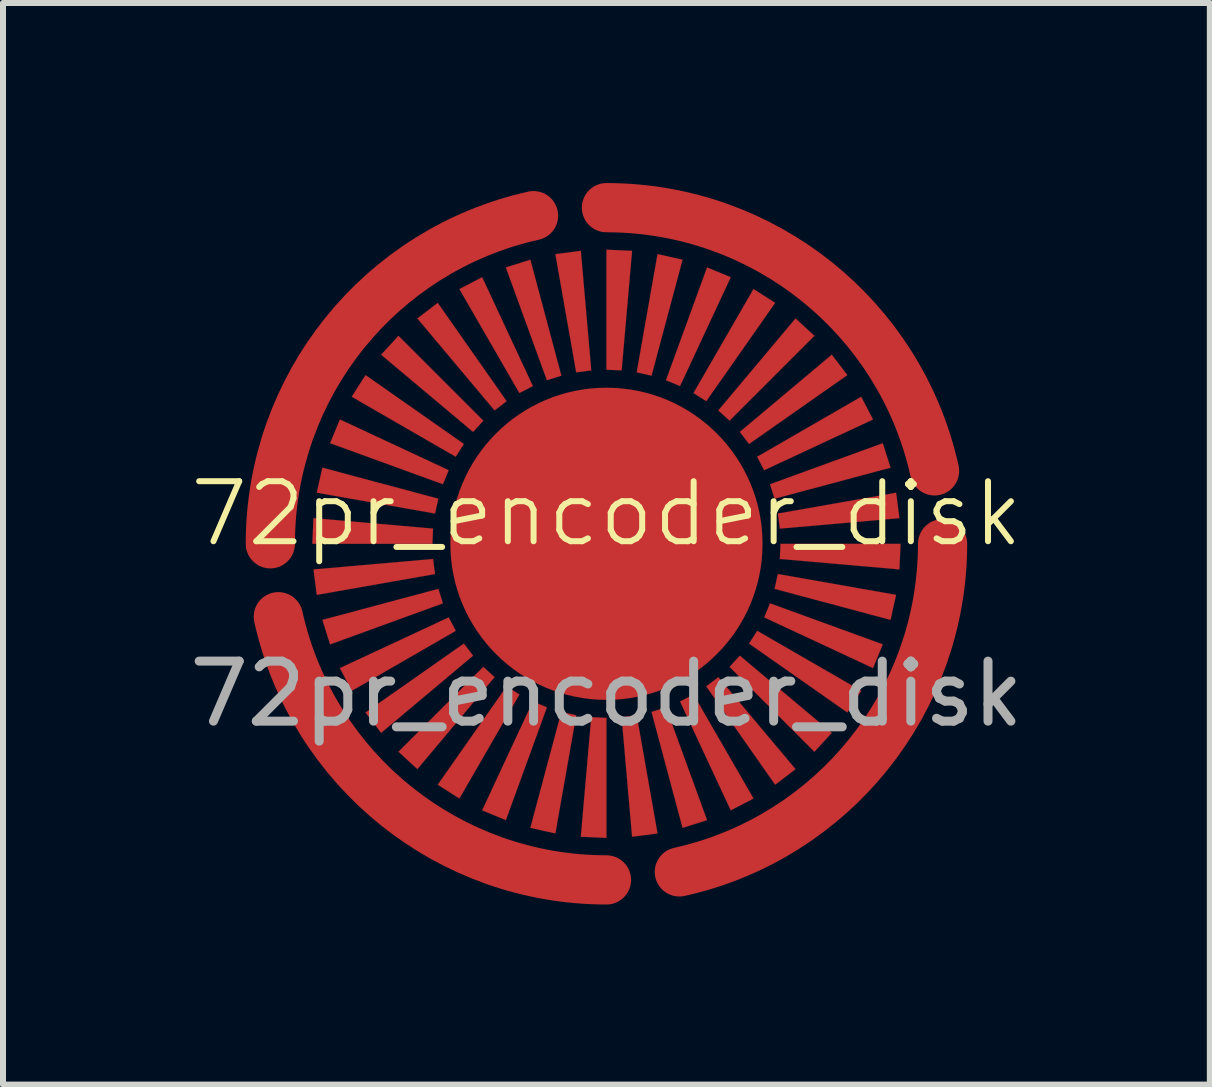
<source format=kicad_pcb>
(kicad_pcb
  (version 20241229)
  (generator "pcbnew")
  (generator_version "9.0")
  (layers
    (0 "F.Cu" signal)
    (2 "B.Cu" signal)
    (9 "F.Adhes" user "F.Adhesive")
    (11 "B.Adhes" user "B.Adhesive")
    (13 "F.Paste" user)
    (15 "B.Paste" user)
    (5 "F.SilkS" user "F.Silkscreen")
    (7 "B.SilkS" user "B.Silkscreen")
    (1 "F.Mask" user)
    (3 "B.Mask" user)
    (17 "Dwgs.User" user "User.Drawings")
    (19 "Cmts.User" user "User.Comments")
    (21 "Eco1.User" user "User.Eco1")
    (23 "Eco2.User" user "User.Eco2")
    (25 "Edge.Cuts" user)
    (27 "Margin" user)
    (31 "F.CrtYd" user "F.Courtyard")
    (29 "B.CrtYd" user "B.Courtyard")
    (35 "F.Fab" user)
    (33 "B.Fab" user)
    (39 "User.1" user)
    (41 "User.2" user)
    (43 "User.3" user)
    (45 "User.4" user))
  (footprint "72pr_encoder_disk"
    (layer "F.Cu")
    (at 7.054 6.01)
    (property "Reference" "72pr_encoder_disk" (at 0 -0.5 0) (unlocked yes) (layer "F.SilkS") (effects (font (size 1 1) (thickness 0.1))))
    (attr smd)
    (fp_line (start -4.9 0) (end -2.9 0) (stroke (width 0.001) (type solid)) (layer "F.Cu"))
    (fp_line (start -4.881 -0.427) (end -4.9 0) (stroke (width 0.001) (type solid)) (layer "F.Cu"))
    (fp_line (start -4.881 0.427) (end -4.826 0.851) (stroke (width 0.001) (type solid)) (layer "F.Cu"))
    (fp_line (start -4.826 -0.851) (end -2.856 -0.504) (stroke (width 0.001) (type solid)) (layer "F.Cu"))
    (fp_line (start -4.826 0.851) (end -2.856 0.504) (stroke (width 0.001) (type solid)) (layer "F.Cu"))
    (fp_line (start -4.733 -1.268) (end -4.826 -0.851) (stroke (width 0.001) (type solid)) (layer "F.Cu"))
    (fp_line (start -4.733 1.268) (end -4.604 1.676) (stroke (width 0.001) (type solid)) (layer "F.Cu"))
    (fp_line (start -4.604 -1.676) (end -2.725 -0.992) (stroke (width 0.001) (type solid)) (layer "F.Cu"))
    (fp_line (start -4.604 1.676) (end -2.725 0.992) (stroke (width 0.001) (type solid)) (layer "F.Cu"))
    (fp_line (start -4.441 -2.071) (end -4.604 -1.676) (stroke (width 0.001) (type solid)) (layer "F.Cu"))
    (fp_line (start -4.441 2.071) (end -4.244 2.45) (stroke (width 0.001) (type solid)) (layer "F.Cu"))
    (fp_line (start -4.244 -2.45) (end -2.511 -1.45) (stroke (width 0.001) (type solid)) (layer "F.Cu"))
    (fp_line (start -4.244 2.45) (end -2.511 1.45) (stroke (width 0.001) (type solid)) (layer "F.Cu"))
    (fp_line (start -4.014 -2.811) (end -4.244 -2.45) (stroke (width 0.001) (type solid)) (layer "F.Cu"))
    (fp_line (start -4.014 2.811) (end -3.754 3.15) (stroke (width 0.001) (type solid)) (layer "F.Cu"))
    (fp_line (start -3.754 -3.15) (end -2.222 -1.864) (stroke (width 0.001) (type solid)) (layer "F.Cu"))
    (fp_line (start -3.754 3.15) (end -2.222 1.864) (stroke (width 0.001) (type solid)) (layer "F.Cu"))
    (fp_line (start -3.465 -3.465) (end -3.754 -3.15) (stroke (width 0.001) (type solid)) (layer "F.Cu"))
    (fp_line (start -3.465 3.465) (end -3.15 3.754) (stroke (width 0.001) (type solid)) (layer "F.Cu"))
    (fp_line (start -3.15 -3.754) (end -1.864 -2.222) (stroke (width 0.001) (type solid)) (layer "F.Cu"))
    (fp_line (start -3.15 3.754) (end -1.864 2.222) (stroke (width 0.001) (type solid)) (layer "F.Cu"))
    (fp_line (start -2.9 0) (end -2.889 -0.253) (stroke (width 0.001) (type solid)) (layer "F.Cu"))
    (fp_line (start -2.889 -0.253) (end -4.881 -0.427) (stroke (width 0.001) (type solid)) (layer "F.Cu"))
    (fp_line (start -2.889 0.253) (end -4.881 0.427) (stroke (width 0.001) (type solid)) (layer "F.Cu"))
    (fp_line (start -2.856 -0.504) (end -2.801 -0.751) (stroke (width 0.001) (type solid)) (layer "F.Cu"))
    (fp_line (start -2.856 0.504) (end -2.889 0.253) (stroke (width 0.001) (type solid)) (layer "F.Cu"))
    (fp_line (start -2.811 -4.014) (end -3.15 -3.754) (stroke (width 0.001) (type solid)) (layer "F.Cu"))
    (fp_line (start -2.811 4.014) (end -2.45 4.244) (stroke (width 0.001) (type solid)) (layer "F.Cu"))
    (fp_line (start -2.801 -0.751) (end -4.733 -1.268) (stroke (width 0.001) (type solid)) (layer "F.Cu"))
    (fp_line (start -2.801 0.751) (end -4.733 1.268) (stroke (width 0.001) (type solid)) (layer "F.Cu"))
    (fp_line (start -2.725 -0.992) (end -2.628 -1.226) (stroke (width 0.001) (type solid)) (layer "F.Cu"))
    (fp_line (start -2.725 0.992) (end -2.801 0.751) (stroke (width 0.001) (type solid)) (layer "F.Cu"))
    (fp_line (start -2.628 -1.226) (end -4.441 -2.071) (stroke (width 0.001) (type solid)) (layer "F.Cu"))
    (fp_line (start -2.628 1.226) (end -4.441 2.071) (stroke (width 0.001) (type solid)) (layer "F.Cu"))
    (fp_line (start -2.511 -1.45) (end -2.376 -1.663) (stroke (width 0.001) (type solid)) (layer "F.Cu"))
    (fp_line (start -2.511 1.45) (end -2.628 1.226) (stroke (width 0.001) (type solid)) (layer "F.Cu"))
    (fp_line (start -2.45 -4.244) (end -1.45 -2.511) (stroke (width 0.001) (type solid)) (layer "F.Cu"))
    (fp_line (start -2.45 4.244) (end -1.45 2.511) (stroke (width 0.001) (type solid)) (layer "F.Cu"))
    (fp_line (start -2.376 -1.663) (end -4.014 -2.811) (stroke (width 0.001) (type solid)) (layer "F.Cu"))
    (fp_line (start -2.376 1.663) (end -4.014 2.811) (stroke (width 0.001) (type solid)) (layer "F.Cu"))
    (fp_line (start -2.222 -1.864) (end -2.051 -2.051) (stroke (width 0.001) (type solid)) (layer "F.Cu"))
    (fp_line (start -2.222 1.864) (end -2.376 1.663) (stroke (width 0.001) (type solid)) (layer "F.Cu"))
    (fp_line (start -2.071 -4.441) (end -2.45 -4.244) (stroke (width 0.001) (type solid)) (layer "F.Cu"))
    (fp_line (start -2.071 4.441) (end -1.676 4.604) (stroke (width 0.001) (type solid)) (layer "F.Cu"))
    (fp_line (start -2.051 -2.051) (end -3.465 -3.465) (stroke (width 0.001) (type solid)) (layer "F.Cu"))
    (fp_line (start -2.051 2.051) (end -3.465 3.465) (stroke (width 0.001) (type solid)) (layer "F.Cu"))
    (fp_line (start -1.864 -2.222) (end -1.663 -2.376) (stroke (width 0.001) (type solid)) (layer "F.Cu"))
    (fp_line (start -1.864 2.222) (end -2.051 2.051) (stroke (width 0.001) (type solid)) (layer "F.Cu"))
    (fp_line (start -1.676 -4.604) (end -0.992 -2.725) (stroke (width 0.001) (type solid)) (layer "F.Cu"))
    (fp_line (start -1.676 4.604) (end -0.992 2.725) (stroke (width 0.001) (type solid)) (layer "F.Cu"))
    (fp_line (start -1.663 -2.376) (end -2.811 -4.014) (stroke (width 0.001) (type solid)) (layer "F.Cu"))
    (fp_line (start -1.663 2.376) (end -2.811 4.014) (stroke (width 0.001) (type solid)) (layer "F.Cu"))
    (fp_line (start -1.45 -2.511) (end -1.226 -2.628) (stroke (width 0.001) (type solid)) (layer "F.Cu"))
    (fp_line (start -1.45 2.511) (end -1.663 2.376) (stroke (width 0.001) (type solid)) (layer "F.Cu"))
    (fp_line (start -1.268 -4.733) (end -1.676 -4.604) (stroke (width 0.001) (type solid)) (layer "F.Cu"))
    (fp_line (start -1.268 4.733) (end -0.851 4.826) (stroke (width 0.001) (type solid)) (layer "F.Cu"))
    (fp_line (start -1.226 -2.628) (end -2.071 -4.441) (stroke (width 0.001) (type solid)) (layer "F.Cu"))
    (fp_line (start -1.226 2.628) (end -2.071 4.441) (stroke (width 0.001) (type solid)) (layer "F.Cu"))
    (fp_line (start -0.992 -2.725) (end -0.751 -2.801) (stroke (width 0.001) (type solid)) (layer "F.Cu"))
    (fp_line (start -0.992 2.725) (end -1.226 2.628) (stroke (width 0.001) (type solid)) (layer "F.Cu"))
    (fp_line (start -0.851 -4.826) (end -0.504 -2.856) (stroke (width 0.001) (type solid)) (layer "F.Cu"))
    (fp_line (start -0.851 4.826) (end -0.504 2.856) (stroke (width 0.001) (type solid)) (layer "F.Cu"))
    (fp_line (start -0.751 -2.801) (end -1.268 -4.733) (stroke (width 0.001) (type solid)) (layer "F.Cu"))
    (fp_line (start -0.751 2.801) (end -1.268 4.733) (stroke (width 0.001) (type solid)) (layer "F.Cu"))
    (fp_line (start -0.504 -2.856) (end -0.253 -2.889) (stroke (width 0.001) (type solid)) (layer "F.Cu"))
    (fp_line (start -0.504 2.856) (end -0.751 2.801) (stroke (width 0.001) (type solid)) (layer "F.Cu"))
    (fp_line (start -0.427 -4.881) (end -0.851 -4.826) (stroke (width 0.001) (type solid)) (layer "F.Cu"))
    (fp_line (start -0.427 4.881) (end 0 4.9) (stroke (width 0.001) (type solid)) (layer "F.Cu"))
    (fp_line (start -0.253 -2.889) (end -0.427 -4.881) (stroke (width 0.001) (type solid)) (layer "F.Cu"))
    (fp_line (start -0.253 2.889) (end -0.427 4.881) (stroke (width 0.001) (type solid)) (layer "F.Cu"))
    (fp_line (start 0 -4.9) (end 0 -2.9) (stroke (width 0.001) (type solid)) (layer "F.Cu"))
    (fp_line (start 0 -2.9) (end 0.253 -2.889) (stroke (width 0.001) (type solid)) (layer "F.Cu"))
    (fp_line (start 0 2.9) (end -0.253 2.889) (stroke (width 0.001) (type solid)) (layer "F.Cu"))
    (fp_line (start 0 4.9) (end 0 2.9) (stroke (width 0.001) (type solid)) (layer "F.Cu"))
    (fp_line (start 0.253 -2.889) (end 0.427 -4.881) (stroke (width 0.001) (type solid)) (layer "F.Cu"))
    (fp_line (start 0.253 2.889) (end 0.427 4.881) (stroke (width 0.001) (type solid)) (layer "F.Cu"))
    (fp_line (start 0.427 -4.881) (end 0 -4.9) (stroke (width 0.001) (type solid)) (layer "F.Cu"))
    (fp_line (start 0.427 4.881) (end 0.851 4.826) (stroke (width 0.001) (type solid)) (layer "F.Cu"))
    (fp_line (start 0.504 -2.856) (end 0.751 -2.801) (stroke (width 0.001) (type solid)) (layer "F.Cu"))
    (fp_line (start 0.504 2.856) (end 0.253 2.889) (stroke (width 0.001) (type solid)) (layer "F.Cu"))
    (fp_line (start 0.751 -2.801) (end 1.268 -4.733) (stroke (width 0.001) (type solid)) (layer "F.Cu"))
    (fp_line (start 0.751 2.801) (end 1.268 4.733) (stroke (width 0.001) (type solid)) (layer "F.Cu"))
    (fp_line (start 0.851 -4.826) (end 0.504 -2.856) (stroke (width 0.001) (type solid)) (layer "F.Cu"))
    (fp_line (start 0.851 4.826) (end 0.504 2.856) (stroke (width 0.001) (type solid)) (layer "F.Cu"))
    (fp_line (start 0.992 -2.725) (end 1.226 -2.628) (stroke (width 0.001) (type solid)) (layer "F.Cu"))
    (fp_line (start 0.992 2.725) (end 0.751 2.801) (stroke (width 0.001) (type solid)) (layer "F.Cu"))
    (fp_line (start 1.226 -2.628) (end 2.071 -4.441) (stroke (width 0.001) (type solid)) (layer "F.Cu"))
    (fp_line (start 1.226 2.628) (end 2.071 4.441) (stroke (width 0.001) (type solid)) (layer "F.Cu"))
    (fp_line (start 1.268 -4.733) (end 0.851 -4.826) (stroke (width 0.001) (type solid)) (layer "F.Cu"))
    (fp_line (start 1.268 4.733) (end 1.676 4.604) (stroke (width 0.001) (type solid)) (layer "F.Cu"))
    (fp_line (start 1.45 -2.511) (end 1.663 -2.376) (stroke (width 0.001) (type solid)) (layer "F.Cu"))
    (fp_line (start 1.45 2.511) (end 1.226 2.628) (stroke (width 0.001) (type solid)) (layer "F.Cu"))
    (fp_line (start 1.663 -2.376) (end 2.811 -4.014) (stroke (width 0.001) (type solid)) (layer "F.Cu"))
    (fp_line (start 1.663 2.376) (end 2.811 4.014) (stroke (width 0.001) (type solid)) (layer "F.Cu"))
    (fp_line (start 1.676 -4.604) (end 0.992 -2.725) (stroke (width 0.001) (type solid)) (layer "F.Cu"))
    (fp_line (start 1.676 4.604) (end 0.992 2.725) (stroke (width 0.001) (type solid)) (layer "F.Cu"))
    (fp_line (start 1.864 -2.222) (end 2.051 -2.051) (stroke (width 0.001) (type solid)) (layer "F.Cu"))
    (fp_line (start 1.864 2.222) (end 1.663 2.376) (stroke (width 0.001) (type solid)) (layer "F.Cu"))
    (fp_line (start 2.051 -2.051) (end 3.465 -3.465) (stroke (width 0.001) (type solid)) (layer "F.Cu"))
    (fp_line (start 2.051 2.051) (end 3.465 3.465) (stroke (width 0.001) (type solid)) (layer "F.Cu"))
    (fp_line (start 2.071 -4.441) (end 1.676 -4.604) (stroke (width 0.001) (type solid)) (layer "F.Cu"))
    (fp_line (start 2.071 4.441) (end 2.45 4.244) (stroke (width 0.001) (type solid)) (layer "F.Cu"))
    (fp_line (start 2.222 -1.864) (end 2.376 -1.663) (stroke (width 0.001) (type solid)) (layer "F.Cu"))
    (fp_line (start 2.222 1.864) (end 2.051 2.051) (stroke (width 0.001) (type solid)) (layer "F.Cu"))
    (fp_line (start 2.376 -1.663) (end 4.014 -2.811) (stroke (width 0.001) (type solid)) (layer "F.Cu"))
    (fp_line (start 2.376 1.663) (end 4.014 2.811) (stroke (width 0.001) (type solid)) (layer "F.Cu"))
    (fp_line (start 2.45 -4.244) (end 1.45 -2.511) (stroke (width 0.001) (type solid)) (layer "F.Cu"))
    (fp_line (start 2.45 4.244) (end 1.45 2.511) (stroke (width 0.001) (type solid)) (layer "F.Cu"))
    (fp_line (start 2.511 -1.45) (end 2.628 -1.226) (stroke (width 0.001) (type solid)) (layer "F.Cu"))
    (fp_line (start 2.511 1.45) (end 2.376 1.663) (stroke (width 0.001) (type solid)) (layer "F.Cu"))
    (fp_line (start 2.628 -1.226) (end 4.441 -2.071) (stroke (width 0.001) (type solid)) (layer "F.Cu"))
    (fp_line (start 2.628 1.226) (end 4.441 2.071) (stroke (width 0.001) (type solid)) (layer "F.Cu"))
    (fp_line (start 2.725 -0.992) (end 2.801 -0.751) (stroke (width 0.001) (type solid)) (layer "F.Cu"))
    (fp_line (start 2.725 0.992) (end 2.628 1.226) (stroke (width 0.001) (type solid)) (layer "F.Cu"))
    (fp_line (start 2.801 -0.751) (end 4.733 -1.268) (stroke (width 0.001) (type solid)) (layer "F.Cu"))
    (fp_line (start 2.801 0.751) (end 4.733 1.268) (stroke (width 0.001) (type solid)) (layer "F.Cu"))
    (fp_line (start 2.811 -4.014) (end 2.45 -4.244) (stroke (width 0.001) (type solid)) (layer "F.Cu"))
    (fp_line (start 2.811 4.014) (end 3.15 3.754) (stroke (width 0.001) (type solid)) (layer "F.Cu"))
    (fp_line (start 2.856 -0.504) (end 2.889 -0.253) (stroke (width 0.001) (type solid)) (layer "F.Cu"))
    (fp_line (start 2.856 0.504) (end 2.801 0.751) (stroke (width 0.001) (type solid)) (layer "F.Cu"))
    (fp_line (start 2.889 -0.253) (end 4.881 -0.427) (stroke (width 0.001) (type solid)) (layer "F.Cu"))
    (fp_line (start 2.889 0.253) (end 4.881 0.427) (stroke (width 0.001) (type solid)) (layer "F.Cu"))
    (fp_line (start 2.9 0) (end 2.889 0.253) (stroke (width 0.001) (type solid)) (layer "F.Cu"))
    (fp_line (start 3.15 -3.754) (end 1.864 -2.222) (stroke (width 0.001) (type solid)) (layer "F.Cu"))
    (fp_line (start 3.15 3.754) (end 1.864 2.222) (stroke (width 0.001) (type solid)) (layer "F.Cu"))
    (fp_line (start 3.465 -3.465) (end 3.15 -3.754) (stroke (width 0.001) (type solid)) (layer "F.Cu"))
    (fp_line (start 3.465 3.465) (end 3.754 3.15) (stroke (width 0.001) (type solid)) (layer "F.Cu"))
    (fp_line (start 3.754 -3.15) (end 2.222 -1.864) (stroke (width 0.001) (type solid)) (layer "F.Cu"))
    (fp_line (start 3.754 3.15) (end 2.222 1.864) (stroke (width 0.001) (type solid)) (layer "F.Cu"))
    (fp_line (start 4.014 -2.811) (end 3.754 -3.15) (stroke (width 0.001) (type solid)) (layer "F.Cu"))
    (fp_line (start 4.014 2.811) (end 4.244 2.45) (stroke (width 0.001) (type solid)) (layer "F.Cu"))
    (fp_line (start 4.244 -2.45) (end 2.511 -1.45) (stroke (width 0.001) (type solid)) (layer "F.Cu"))
    (fp_line (start 4.244 2.45) (end 2.511 1.45) (stroke (width 0.001) (type solid)) (layer "F.Cu"))
    (fp_line (start 4.441 -2.071) (end 4.244 -2.45) (stroke (width 0.001) (type solid)) (layer "F.Cu"))
    (fp_line (start 4.441 2.071) (end 4.604 1.676) (stroke (width 0.001) (type solid)) (layer "F.Cu"))
    (fp_line (start 4.604 -1.676) (end 2.725 -0.992) (stroke (width 0.001) (type solid)) (layer "F.Cu"))
    (fp_line (start 4.604 1.676) (end 2.725 0.992) (stroke (width 0.001) (type solid)) (layer "F.Cu"))
    (fp_line (start 4.733 -1.268) (end 4.604 -1.676) (stroke (width 0.001) (type solid)) (layer "F.Cu"))
    (fp_line (start 4.733 1.268) (end 4.826 0.851) (stroke (width 0.001) (type solid)) (layer "F.Cu"))
    (fp_line (start 4.826 -0.851) (end 2.856 -0.504) (stroke (width 0.001) (type solid)) (layer "F.Cu"))
    (fp_line (start 4.826 0.851) (end 2.856 0.504) (stroke (width 0.001) (type solid)) (layer "F.Cu"))
    (fp_line (start 4.881 -0.427) (end 4.826 -0.851) (stroke (width 0.001) (type solid)) (layer "F.Cu"))
    (fp_line (start 4.881 0.427) (end 4.9 0) (stroke (width 0.001) (type solid)) (layer "F.Cu"))
    (fp_line (start 4.9 0) (end 2.9 0) (stroke (width 0.001) (type solid)) (layer "F.Cu"))
    (fp_arc (start -5.6 0) (mid -4.368235 -3.504074) (end -1.214811 -5.466648) (stroke (width 0.82) (type default)) (layer "F.Cu"))
    (fp_arc (start 0 -5.6) (mid 3.504074 -4.368235) (end 5.466648 -1.214811) (stroke (width 0.82) (type default)) (layer "F.Cu"))
    (fp_arc (start 0 5.6) (mid -3.504074 4.368235) (end -5.466648 1.214811) (stroke (width 0.82) (type default)) (layer "F.Cu"))
    (fp_arc (start 5.6 0) (mid 4.368235 3.504074) (end 1.214811 5.466648) (stroke (width 0.82) (type default)) (layer "F.Cu"))
    (fp_circle (center 0 0) (end 2.6 0) (stroke (width 0.001) (type solid)) (fill no) (layer "F.Cu"))
    (fp_poly (pts (xy -4.014 -2.811) (xy -4.244 -2.45) (xy -2.511 -1.45) (xy -2.376 -1.663)) (stroke (width 0.001) (type solid)) (fill yes) (layer "F.Cu"))
    (fp_poly (pts (xy -3.465 -3.465) (xy -3.754 -3.15) (xy -2.222 -1.864) (xy -2.051 -2.051)) (stroke (width 0.001) (type solid)) (fill yes) (layer "F.Cu"))
    (fp_poly (pts (xy -2.9 0) (xy -2.889 -0.253) (xy -4.881 -0.427) (xy -4.9 0)) (stroke (width 0.001) (type solid)) (fill yes) (layer "F.Cu"))
    (fp_poly (pts (xy -2.889 0.253) (xy -4.881 0.427) (xy -4.826 0.851) (xy -2.856 0.504)) (stroke (width 0.001) (type solid)) (fill yes) (layer "F.Cu"))
    (fp_poly (pts (xy -2.856 -0.504) (xy -2.801 -0.751) (xy -4.733 -1.268) (xy -4.826 -0.851)) (stroke (width 0.001) (type solid)) (fill yes) (layer "F.Cu"))
    (fp_poly (pts (xy -2.811 -4.014) (xy -3.15 -3.754) (xy -1.864 -2.222) (xy -1.663 -2.376)) (stroke (width 0.001) (type solid)) (fill yes) (layer "F.Cu"))
    (fp_poly (pts (xy -2.725 -0.992) (xy -2.628 -1.226) (xy -4.441 -2.071) (xy -4.604 -1.676)) (stroke (width 0.001) (type solid)) (fill yes) (layer "F.Cu"))
    (fp_poly (pts (xy -2.725 0.992) (xy -2.801 0.751) (xy -4.733 1.268) (xy -4.604 1.676)) (stroke (width 0.001) (type solid)) (fill yes) (layer "F.Cu"))
    (fp_poly (pts (xy -2.511 1.45) (xy -2.628 1.226) (xy -4.441 2.071) (xy -4.244 2.45)) (stroke (width 0.001) (type solid)) (fill yes) (layer "F.Cu"))
    (fp_poly (pts (xy -2.222 1.864) (xy -2.376 1.663) (xy -4.014 2.811) (xy -3.754 3.15)) (stroke (width 0.001) (type solid)) (fill yes) (layer "F.Cu"))
    (fp_poly (pts (xy -2.071 -4.441) (xy -2.45 -4.244) (xy -1.45 -2.511) (xy -1.226 -2.628)) (stroke (width 0.001) (type solid)) (fill yes) (layer "F.Cu"))
    (fp_poly (pts (xy -1.864 2.222) (xy -2.051 2.051) (xy -3.465 3.465) (xy -3.15 3.754)) (stroke (width 0.001) (type solid)) (fill yes) (layer "F.Cu"))
    (fp_poly (pts (xy -1.45 2.511) (xy -1.663 2.376) (xy -2.811 4.014) (xy -2.45 4.244)) (stroke (width 0.001) (type solid)) (fill yes) (layer "F.Cu"))
    (fp_poly (pts (xy -1.268 -4.733) (xy -1.676 -4.604) (xy -0.992 -2.725) (xy -0.751 -2.801)) (stroke (width 0.001) (type solid)) (fill yes) (layer "F.Cu"))
    (fp_poly (pts (xy -0.992 2.725) (xy -1.226 2.628) (xy -2.071 4.441) (xy -1.676 4.604)) (stroke (width 0.001) (type solid)) (fill yes) (layer "F.Cu"))
    (fp_poly (pts (xy -0.504 2.856) (xy -0.751 2.801) (xy -1.268 4.733) (xy -0.851 4.826)) (stroke (width 0.001) (type solid)) (fill yes) (layer "F.Cu"))
    (fp_poly (pts (xy -0.427 -4.881) (xy -0.851 -4.826) (xy -0.504 -2.856) (xy -0.253 -2.889)) (stroke (width 0.001) (type solid)) (fill yes) (layer "F.Cu"))
    (fp_poly (pts (xy 0 -4.9) (xy 0 -2.9) (xy 0.253 -2.889) (xy 0.427 -4.881)) (stroke (width 0.001) (type solid)) (fill yes) (layer "F.Cu"))
    (fp_poly (pts (xy 0 2.9) (xy -0.253 2.889) (xy -0.427 4.881) (xy 0 4.9)) (stroke (width 0.001) (type solid)) (fill yes) (layer "F.Cu"))
    (fp_poly (pts (xy 0.504 2.856) (xy 0.253 2.889) (xy 0.427 4.881) (xy 0.851 4.826)) (stroke (width 0.001) (type solid)) (fill yes) (layer "F.Cu"))
    (fp_poly (pts (xy 0.851 -4.826) (xy 0.504 -2.856) (xy 0.751 -2.801) (xy 1.268 -4.733)) (stroke (width 0.001) (type solid)) (fill yes) (layer "F.Cu"))
    (fp_poly (pts (xy 0.992 2.725) (xy 0.751 2.801) (xy 1.268 4.733) (xy 1.676 4.604)) (stroke (width 0.001) (type solid)) (fill yes) (layer "F.Cu"))
    (fp_poly (pts (xy 1.45 2.511) (xy 1.226 2.628) (xy 2.071 4.441) (xy 2.45 4.244)) (stroke (width 0.001) (type solid)) (fill yes) (layer "F.Cu"))
    (fp_poly (pts (xy 1.676 -4.604) (xy 0.992 -2.725) (xy 1.226 -2.628) (xy 2.071 -4.441)) (stroke (width 0.001) (type solid)) (fill yes) (layer "F.Cu"))
    (fp_poly (pts (xy 1.864 2.222) (xy 1.663 2.376) (xy 2.811 4.014) (xy 3.15 3.754)) (stroke (width 0.001) (type solid)) (fill yes) (layer "F.Cu"))
    (fp_poly (pts (xy 2.222 1.864) (xy 3.754 3.15) (xy 3.465 3.465) (xy 2.051 2.051)) (stroke (width 0.001) (type solid)) (fill yes) (layer "F.Cu"))
    (fp_poly (pts (xy 2.45 -4.244) (xy 1.45 -2.511) (xy 1.663 -2.376) (xy 2.811 -4.014)) (stroke (width 0.001) (type solid)) (fill yes) (layer "F.Cu"))
    (fp_poly (pts (xy 2.511 -1.45) (xy 4.244 -2.45) (xy 4.441 -2.071) (xy 2.628 -1.226)) (stroke (width 0.001) (type solid)) (fill yes) (layer "F.Cu"))
    (fp_poly (pts (xy 2.511 1.45) (xy 4.244 2.45) (xy 4.014 2.811) (xy 2.376 1.663)) (stroke (width 0.001) (type solid)) (fill yes) (layer "F.Cu"))
    (fp_poly (pts (xy 2.725 -0.992) (xy 2.801 -0.751) (xy 4.733 -1.268) (xy 4.604 -1.676)) (stroke (width 0.001) (type solid)) (fill yes) (layer "F.Cu"))
    (fp_poly (pts (xy 2.725 0.992) (xy 4.604 1.676) (xy 4.441 2.071) (xy 2.628 1.226)) (stroke (width 0.001) (type solid)) (fill yes) (layer "F.Cu"))
    (fp_poly (pts (xy 2.856 -0.504) (xy 2.889 -0.253) (xy 4.881 -0.427) (xy 4.826 -0.851)) (stroke (width 0.001) (type solid)) (fill yes) (layer "F.Cu"))
    (fp_poly (pts (xy 2.856 0.504) (xy 2.801 0.751) (xy 4.733 1.268) (xy 4.826 0.851)) (stroke (width 0.001) (type solid)) (fill yes) (layer "F.Cu"))
    (fp_poly (pts (xy 2.9 0) (xy 2.889 0.253) (xy 4.881 0.427) (xy 4.9 0)) (stroke (width 0.001) (type solid)) (fill yes) (layer "F.Cu"))
    (fp_poly (pts (xy 3.15 -3.754) (xy 1.864 -2.222) (xy 2.051 -2.051) (xy 3.465 -3.465)) (stroke (width 0.001) (type solid)) (fill yes) (layer "F.Cu"))
    (fp_poly (pts (xy 3.754 -3.15) (xy 2.222 -1.864) (xy 2.376 -1.663) (xy 4.014 -2.811)) (stroke (width 0.001) (type solid)) (fill yes) (layer "F.Cu"))
    (fp_line (start -4.9 0) (end -2.9 0) (stroke (width 0.001) (type solid)) (layer "F.Mask"))
    (fp_line (start -4.881 -0.427) (end -4.9 0) (stroke (width 0.001) (type solid)) (layer "F.Mask"))
    (fp_line (start -4.881 0.427) (end -4.826 0.851) (stroke (width 0.001) (type solid)) (layer "F.Mask"))
    (fp_line (start -4.826 -0.851) (end -2.856 -0.504) (stroke (width 0.001) (type solid)) (layer "F.Mask"))
    (fp_line (start -4.826 0.851) (end -2.856 0.504) (stroke (width 0.001) (type solid)) (layer "F.Mask"))
    (fp_line (start -4.733 -1.268) (end -4.826 -0.851) (stroke (width 0.001) (type solid)) (layer "F.Mask"))
    (fp_line (start -4.733 1.268) (end -4.604 1.676) (stroke (width 0.001) (type solid)) (layer "F.Mask"))
    (fp_line (start -4.604 -1.676) (end -2.725 -0.992) (stroke (width 0.001) (type solid)) (layer "F.Mask"))
    (fp_line (start -4.604 1.676) (end -2.725 0.992) (stroke (width 0.001) (type solid)) (layer "F.Mask"))
    (fp_line (start -4.441 -2.071) (end -4.604 -1.676) (stroke (width 0.001) (type solid)) (layer "F.Mask"))
    (fp_line (start -4.441 2.071) (end -4.244 2.45) (stroke (width 0.001) (type solid)) (layer "F.Mask"))
    (fp_line (start -4.244 -2.45) (end -2.511 -1.45) (stroke (width 0.001) (type solid)) (layer "F.Mask"))
    (fp_line (start -4.244 2.45) (end -2.511 1.45) (stroke (width 0.001) (type solid)) (layer "F.Mask"))
    (fp_line (start -4.014 -2.811) (end -4.244 -2.45) (stroke (width 0.001) (type solid)) (layer "F.Mask"))
    (fp_line (start -4.014 2.811) (end -3.754 3.15) (stroke (width 0.001) (type solid)) (layer "F.Mask"))
    (fp_line (start -3.754 -3.15) (end -2.222 -1.864) (stroke (width 0.001) (type solid)) (layer "F.Mask"))
    (fp_line (start -3.754 3.15) (end -2.222 1.864) (stroke (width 0.001) (type solid)) (layer "F.Mask"))
    (fp_line (start -3.465 -3.465) (end -3.754 -3.15) (stroke (width 0.001) (type solid)) (layer "F.Mask"))
    (fp_line (start -3.465 3.465) (end -3.15 3.754) (stroke (width 0.001) (type solid)) (layer "F.Mask"))
    (fp_line (start -3.15 -3.754) (end -1.864 -2.222) (stroke (width 0.001) (type solid)) (layer "F.Mask"))
    (fp_line (start -3.15 3.754) (end -1.864 2.222) (stroke (width 0.001) (type solid)) (layer "F.Mask"))
    (fp_line (start -2.9 0) (end -2.889 -0.253) (stroke (width 0.001) (type solid)) (layer "F.Mask"))
    (fp_line (start -2.889 -0.253) (end -4.881 -0.427) (stroke (width 0.001) (type solid)) (layer "F.Mask"))
    (fp_line (start -2.889 0.253) (end -4.881 0.427) (stroke (width 0.001) (type solid)) (layer "F.Mask"))
    (fp_line (start -2.856 -0.504) (end -2.801 -0.751) (stroke (width 0.001) (type solid)) (layer "F.Mask"))
    (fp_line (start -2.856 0.504) (end -2.889 0.253) (stroke (width 0.001) (type solid)) (layer "F.Mask"))
    (fp_line (start -2.811 -4.014) (end -3.15 -3.754) (stroke (width 0.001) (type solid)) (layer "F.Mask"))
    (fp_line (start -2.811 4.014) (end -2.45 4.244) (stroke (width 0.001) (type solid)) (layer "F.Mask"))
    (fp_line (start -2.801 -0.751) (end -4.733 -1.268) (stroke (width 0.001) (type solid)) (layer "F.Mask"))
    (fp_line (start -2.801 0.751) (end -4.733 1.268) (stroke (width 0.001) (type solid)) (layer "F.Mask"))
    (fp_line (start -2.725 -0.992) (end -2.628 -1.226) (stroke (width 0.001) (type solid)) (layer "F.Mask"))
    (fp_line (start -2.725 0.992) (end -2.801 0.751) (stroke (width 0.001) (type solid)) (layer "F.Mask"))
    (fp_line (start -2.628 -1.226) (end -4.441 -2.071) (stroke (width 0.001) (type solid)) (layer "F.Mask"))
    (fp_line (start -2.628 1.226) (end -4.441 2.071) (stroke (width 0.001) (type solid)) (layer "F.Mask"))
    (fp_line (start -2.511 -1.45) (end -2.376 -1.663) (stroke (width 0.001) (type solid)) (layer "F.Mask"))
    (fp_line (start -2.511 1.45) (end -2.628 1.226) (stroke (width 0.001) (type solid)) (layer "F.Mask"))
    (fp_line (start -2.45 -4.244) (end -1.45 -2.511) (stroke (width 0.001) (type solid)) (layer "F.Mask"))
    (fp_line (start -2.45 4.244) (end -1.45 2.511) (stroke (width 0.001) (type solid)) (layer "F.Mask"))
    (fp_line (start -2.376 -1.663) (end -4.014 -2.811) (stroke (width 0.001) (type solid)) (layer "F.Mask"))
    (fp_line (start -2.376 1.663) (end -4.014 2.811) (stroke (width 0.001) (type solid)) (layer "F.Mask"))
    (fp_line (start -2.222 -1.864) (end -2.051 -2.051) (stroke (width 0.001) (type solid)) (layer "F.Mask"))
    (fp_line (start -2.222 1.864) (end -2.376 1.663) (stroke (width 0.001) (type solid)) (layer "F.Mask"))
    (fp_line (start -2.071 -4.441) (end -2.45 -4.244) (stroke (width 0.001) (type solid)) (layer "F.Mask"))
    (fp_line (start -2.071 4.441) (end -1.676 4.604) (stroke (width 0.001) (type solid)) (layer "F.Mask"))
    (fp_line (start -2.051 -2.051) (end -3.465 -3.465) (stroke (width 0.001) (type solid)) (layer "F.Mask"))
    (fp_line (start -2.051 2.051) (end -3.465 3.465) (stroke (width 0.001) (type solid)) (layer "F.Mask"))
    (fp_line (start -1.864 -2.222) (end -1.663 -2.376) (stroke (width 0.001) (type solid)) (layer "F.Mask"))
    (fp_line (start -1.864 2.222) (end -2.051 2.051) (stroke (width 0.001) (type solid)) (layer "F.Mask"))
    (fp_line (start -1.676 -4.604) (end -0.992 -2.725) (stroke (width 0.001) (type solid)) (layer "F.Mask"))
    (fp_line (start -1.676 4.604) (end -0.992 2.725) (stroke (width 0.001) (type solid)) (layer "F.Mask"))
    (fp_line (start -1.663 -2.376) (end -2.811 -4.014) (stroke (width 0.001) (type solid)) (layer "F.Mask"))
    (fp_line (start -1.663 2.376) (end -2.811 4.014) (stroke (width 0.001) (type solid)) (layer "F.Mask"))
    (fp_line (start -1.45 -2.511) (end -1.226 -2.628) (stroke (width 0.001) (type solid)) (layer "F.Mask"))
    (fp_line (start -1.45 2.511) (end -1.663 2.376) (stroke (width 0.001) (type solid)) (layer "F.Mask"))
    (fp_line (start -1.268 -4.733) (end -1.676 -4.604) (stroke (width 0.001) (type solid)) (layer "F.Mask"))
    (fp_line (start -1.268 4.733) (end -0.851 4.826) (stroke (width 0.001) (type solid)) (layer "F.Mask"))
    (fp_line (start -1.226 -2.628) (end -2.071 -4.441) (stroke (width 0.001) (type solid)) (layer "F.Mask"))
    (fp_line (start -1.226 2.628) (end -2.071 4.441) (stroke (width 0.001) (type solid)) (layer "F.Mask"))
    (fp_line (start -0.992 -2.725) (end -0.751 -2.801) (stroke (width 0.001) (type solid)) (layer "F.Mask"))
    (fp_line (start -0.992 2.725) (end -1.226 2.628) (stroke (width 0.001) (type solid)) (layer "F.Mask"))
    (fp_line (start -0.851 -4.826) (end -0.504 -2.856) (stroke (width 0.001) (type solid)) (layer "F.Mask"))
    (fp_line (start -0.851 4.826) (end -0.504 2.856) (stroke (width 0.001) (type solid)) (layer "F.Mask"))
    (fp_line (start -0.751 -2.801) (end -1.268 -4.733) (stroke (width 0.001) (type solid)) (layer "F.Mask"))
    (fp_line (start -0.751 2.801) (end -1.268 4.733) (stroke (width 0.001) (type solid)) (layer "F.Mask"))
    (fp_line (start -0.504 -2.856) (end -0.253 -2.889) (stroke (width 0.001) (type solid)) (layer "F.Mask"))
    (fp_line (start -0.504 2.856) (end -0.751 2.801) (stroke (width 0.001) (type solid)) (layer "F.Mask"))
    (fp_line (start -0.427 -4.881) (end -0.851 -4.826) (stroke (width 0.001) (type solid)) (layer "F.Mask"))
    (fp_line (start -0.427 4.881) (end 0 4.9) (stroke (width 0.001) (type solid)) (layer "F.Mask"))
    (fp_line (start -0.253 -2.889) (end -0.427 -4.881) (stroke (width 0.001) (type solid)) (layer "F.Mask"))
    (fp_line (start -0.253 2.889) (end -0.427 4.881) (stroke (width 0.001) (type solid)) (layer "F.Mask"))
    (fp_line (start 0 -4.9) (end 0 -2.9) (stroke (width 0.001) (type solid)) (layer "F.Mask"))
    (fp_line (start 0 -2.9) (end 0.253 -2.889) (stroke (width 0.001) (type solid)) (layer "F.Mask"))
    (fp_line (start 0 2.9) (end -0.253 2.889) (stroke (width 0.001) (type solid)) (layer "F.Mask"))
    (fp_line (start 0 4.9) (end 0 2.9) (stroke (width 0.001) (type solid)) (layer "F.Mask"))
    (fp_line (start 0.253 -2.889) (end 0.427 -4.881) (stroke (width 0.001) (type solid)) (layer "F.Mask"))
    (fp_line (start 0.253 2.889) (end 0.427 4.881) (stroke (width 0.001) (type solid)) (layer "F.Mask"))
    (fp_line (start 0.427 -4.881) (end 0 -4.9) (stroke (width 0.001) (type solid)) (layer "F.Mask"))
    (fp_line (start 0.427 4.881) (end 0.851 4.826) (stroke (width 0.001) (type solid)) (layer "F.Mask"))
    (fp_line (start 0.504 -2.856) (end 0.751 -2.801) (stroke (width 0.001) (type solid)) (layer "F.Mask"))
    (fp_line (start 0.504 2.856) (end 0.253 2.889) (stroke (width 0.001) (type solid)) (layer "F.Mask"))
    (fp_line (start 0.751 -2.801) (end 1.268 -4.733) (stroke (width 0.001) (type solid)) (layer "F.Mask"))
    (fp_line (start 0.751 2.801) (end 1.268 4.733) (stroke (width 0.001) (type solid)) (layer "F.Mask"))
    (fp_line (start 0.851 -4.826) (end 0.504 -2.856) (stroke (width 0.001) (type solid)) (layer "F.Mask"))
    (fp_line (start 0.851 4.826) (end 0.504 2.856) (stroke (width 0.001) (type solid)) (layer "F.Mask"))
    (fp_line (start 0.992 -2.725) (end 1.226 -2.628) (stroke (width 0.001) (type solid)) (layer "F.Mask"))
    (fp_line (start 0.992 2.725) (end 0.751 2.801) (stroke (width 0.001) (type solid)) (layer "F.Mask"))
    (fp_line (start 1.226 -2.628) (end 2.071 -4.441) (stroke (width 0.001) (type solid)) (layer "F.Mask"))
    (fp_line (start 1.226 2.628) (end 2.071 4.441) (stroke (width 0.001) (type solid)) (layer "F.Mask"))
    (fp_line (start 1.268 -4.733) (end 0.851 -4.826) (stroke (width 0.001) (type solid)) (layer "F.Mask"))
    (fp_line (start 1.268 4.733) (end 1.676 4.604) (stroke (width 0.001) (type solid)) (layer "F.Mask"))
    (fp_line (start 1.45 -2.511) (end 1.663 -2.376) (stroke (width 0.001) (type solid)) (layer "F.Mask"))
    (fp_line (start 1.45 2.511) (end 1.226 2.628) (stroke (width 0.001) (type solid)) (layer "F.Mask"))
    (fp_line (start 1.663 -2.376) (end 2.811 -4.014) (stroke (width 0.001) (type solid)) (layer "F.Mask"))
    (fp_line (start 1.663 2.376) (end 2.811 4.014) (stroke (width 0.001) (type solid)) (layer "F.Mask"))
    (fp_line (start 1.676 -4.604) (end 0.992 -2.725) (stroke (width 0.001) (type solid)) (layer "F.Mask"))
    (fp_line (start 1.676 4.604) (end 0.992 2.725) (stroke (width 0.001) (type solid)) (layer "F.Mask"))
    (fp_line (start 1.864 -2.222) (end 2.051 -2.051) (stroke (width 0.001) (type solid)) (layer "F.Mask"))
    (fp_line (start 1.864 2.222) (end 1.663 2.376) (stroke (width 0.001) (type solid)) (layer "F.Mask"))
    (fp_line (start 2.051 -2.051) (end 3.465 -3.465) (stroke (width 0.001) (type solid)) (layer "F.Mask"))
    (fp_line (start 2.051 2.051) (end 3.465 3.465) (stroke (width 0.001) (type solid)) (layer "F.Mask"))
    (fp_line (start 2.071 -4.441) (end 1.676 -4.604) (stroke (width 0.001) (type solid)) (layer "F.Mask"))
    (fp_line (start 2.071 4.441) (end 2.45 4.244) (stroke (width 0.001) (type solid)) (layer "F.Mask"))
    (fp_line (start 2.222 -1.864) (end 2.376 -1.663) (stroke (width 0.001) (type solid)) (layer "F.Mask"))
    (fp_line (start 2.222 1.864) (end 2.051 2.051) (stroke (width 0.001) (type solid)) (layer "F.Mask"))
    (fp_line (start 2.376 -1.663) (end 4.014 -2.811) (stroke (width 0.001) (type solid)) (layer "F.Mask"))
    (fp_line (start 2.376 1.663) (end 4.014 2.811) (stroke (width 0.001) (type solid)) (layer "F.Mask"))
    (fp_line (start 2.45 -4.244) (end 1.45 -2.511) (stroke (width 0.001) (type solid)) (layer "F.Mask"))
    (fp_line (start 2.45 4.244) (end 1.45 2.511) (stroke (width 0.001) (type solid)) (layer "F.Mask"))
    (fp_line (start 2.511 -1.45) (end 2.628 -1.226) (stroke (width 0.001) (type solid)) (layer "F.Mask"))
    (fp_line (start 2.511 1.45) (end 2.376 1.663) (stroke (width 0.001) (type solid)) (layer "F.Mask"))
    (fp_line (start 2.628 -1.226) (end 4.441 -2.071) (stroke (width 0.001) (type solid)) (layer "F.Mask"))
    (fp_line (start 2.628 1.226) (end 4.441 2.071) (stroke (width 0.001) (type solid)) (layer "F.Mask"))
    (fp_line (start 2.725 -0.992) (end 2.801 -0.751) (stroke (width 0.001) (type solid)) (layer "F.Mask"))
    (fp_line (start 2.725 0.992) (end 2.628 1.226) (stroke (width 0.001) (type solid)) (layer "F.Mask"))
    (fp_line (start 2.801 -0.751) (end 4.733 -1.268) (stroke (width 0.001) (type solid)) (layer "F.Mask"))
    (fp_line (start 2.801 0.751) (end 4.733 1.268) (stroke (width 0.001) (type solid)) (layer "F.Mask"))
    (fp_line (start 2.811 -4.014) (end 2.45 -4.244) (stroke (width 0.001) (type solid)) (layer "F.Mask"))
    (fp_line (start 2.811 4.014) (end 3.15 3.754) (stroke (width 0.001) (type solid)) (layer "F.Mask"))
    (fp_line (start 2.856 -0.504) (end 2.889 -0.253) (stroke (width 0.001) (type solid)) (layer "F.Mask"))
    (fp_line (start 2.856 0.504) (end 2.801 0.751) (stroke (width 0.001) (type solid)) (layer "F.Mask"))
    (fp_line (start 2.889 -0.253) (end 4.881 -0.427) (stroke (width 0.001) (type solid)) (layer "F.Mask"))
    (fp_line (start 2.889 0.253) (end 4.881 0.427) (stroke (width 0.001) (type solid)) (layer "F.Mask"))
    (fp_line (start 2.9 0) (end 2.889 0.253) (stroke (width 0.001) (type solid)) (layer "F.Mask"))
    (fp_line (start 3.15 -3.754) (end 1.864 -2.222) (stroke (width 0.001) (type solid)) (layer "F.Mask"))
    (fp_line (start 3.15 3.754) (end 1.864 2.222) (stroke (width 0.001) (type solid)) (layer "F.Mask"))
    (fp_line (start 3.465 -3.465) (end 3.15 -3.754) (stroke (width 0.001) (type solid)) (layer "F.Mask"))
    (fp_line (start 3.465 3.465) (end 3.754 3.15) (stroke (width 0.001) (type solid)) (layer "F.Mask"))
    (fp_line (start 3.754 -3.15) (end 2.222 -1.864) (stroke (width 0.001) (type solid)) (layer "F.Mask"))
    (fp_line (start 3.754 3.15) (end 2.222 1.864) (stroke (width 0.001) (type solid)) (layer "F.Mask"))
    (fp_line (start 4.014 -2.811) (end 3.754 -3.15) (stroke (width 0.001) (type solid)) (layer "F.Mask"))
    (fp_line (start 4.014 2.811) (end 4.244 2.45) (stroke (width 0.001) (type solid)) (layer "F.Mask"))
    (fp_line (start 4.244 -2.45) (end 2.511 -1.45) (stroke (width 0.001) (type solid)) (layer "F.Mask"))
    (fp_line (start 4.244 2.45) (end 2.511 1.45) (stroke (width 0.001) (type solid)) (layer "F.Mask"))
    (fp_line (start 4.441 -2.071) (end 4.244 -2.45) (stroke (width 0.001) (type solid)) (layer "F.Mask"))
    (fp_line (start 4.441 2.071) (end 4.604 1.676) (stroke (width 0.001) (type solid)) (layer "F.Mask"))
    (fp_line (start 4.604 -1.676) (end 2.725 -0.992) (stroke (width 0.001) (type solid)) (layer "F.Mask"))
    (fp_line (start 4.604 1.676) (end 2.725 0.992) (stroke (width 0.001) (type solid)) (layer "F.Mask"))
    (fp_line (start 4.733 -1.268) (end 4.604 -1.676) (stroke (width 0.001) (type solid)) (layer "F.Mask"))
    (fp_line (start 4.733 1.268) (end 4.826 0.851) (stroke (width 0.001) (type solid)) (layer "F.Mask"))
    (fp_line (start 4.826 -0.851) (end 2.856 -0.504) (stroke (width 0.001) (type solid)) (layer "F.Mask"))
    (fp_line (start 4.826 0.851) (end 2.856 0.504) (stroke (width 0.001) (type solid)) (layer "F.Mask"))
    (fp_line (start 4.881 -0.427) (end 4.826 -0.851) (stroke (width 0.001) (type solid)) (layer "F.Mask"))
    (fp_line (start 4.881 0.427) (end 4.9 0) (stroke (width 0.001) (type solid)) (layer "F.Mask"))
    (fp_line (start 4.9 0) (end 2.9 0) (stroke (width 0.001) (type solid)) (layer "F.Mask"))
    (fp_arc (start -5.599996 0.000003) (mid -4.368231 -3.504071) (end -1.214807 -5.466645) (stroke (width 0.82) (type default)) (layer "F.Mask"))
    (fp_arc (start 0.000004 -5.599997) (mid 3.504079 -4.368233) (end 5.466652 -1.214808) (stroke (width 0.82) (type default)) (layer "F.Mask"))
    (fp_arc (start 0.000004 5.600003) (mid -3.50407 4.368239) (end -5.466644 1.214814) (stroke (width 0.82) (type default)) (layer "F.Mask"))
    (fp_arc (start 5.600004 0.000003) (mid 4.368239 3.504077) (end 1.214815 5.466651) (stroke (width 0.82) (type default)) (layer "F.Mask"))
    (fp_circle (center 0 0) (end 2.6 0) (stroke (width 0.001) (type solid)) (fill no) (layer "F.Mask"))
    (fp_poly (pts (xy -4.881 -0.427) (xy -4.9 0) (xy -2.9 0) (xy -2.889 -0.253)) (stroke (width 0.001) (type solid)) (fill yes) (layer "F.Mask"))
    (fp_poly (pts (xy -4.881 0.427) (xy -4.826 0.851) (xy -2.856 0.504) (xy -2.889 0.253)) (stroke (width 0.001) (type solid)) (fill yes) (layer "F.Mask"))
    (fp_poly (pts (xy -4.733 -1.268) (xy -4.826 -0.851) (xy -2.856 -0.504) (xy -2.801 -0.751)) (stroke (width 0.001) (type solid)) (fill yes) (layer "F.Mask"))
    (fp_poly (pts (xy -4.733 1.268) (xy -4.604 1.676) (xy -2.725 0.992) (xy -2.801 0.751)) (stroke (width 0.001) (type solid)) (fill yes) (layer "F.Mask"))
    (fp_poly (pts (xy -4.441 -2.071) (xy -4.604 -1.676) (xy -2.725 -0.992) (xy -2.628 -1.226)) (stroke (width 0.001) (type solid)) (fill yes) (layer "F.Mask"))
    (fp_poly (pts (xy -4.441 2.071) (xy -4.244 2.45) (xy -2.511 1.45) (xy -2.628 1.226)) (stroke (width 0.001) (type solid)) (fill yes) (layer "F.Mask"))
    (fp_poly (pts (xy -4.014 -2.811) (xy -4.244 -2.45) (xy -2.511 -1.45) (xy -2.376 -1.663)) (stroke (width 0.001) (type solid)) (fill yes) (layer "F.Mask"))
    (fp_poly (pts (xy -4.014 2.811) (xy -3.754 3.15) (xy -2.222 1.864) (xy -2.376 1.663)) (stroke (width 0.001) (type solid)) (fill yes) (layer "F.Mask"))
    (fp_poly (pts (xy -3.465 -3.465) (xy -3.754 -3.15) (xy -2.222 -1.864) (xy -2.051 -2.051)) (stroke (width 0.001) (type solid)) (fill yes) (layer "F.Mask"))
    (fp_poly (pts (xy -2.811 -4.014) (xy -3.15 -3.754) (xy -1.864 -2.222) (xy -1.663 -2.376)) (stroke (width 0.001) (type solid)) (fill yes) (layer "F.Mask"))
    (fp_poly (pts (xy -2.071 -4.441) (xy -2.45 -4.244) (xy -1.45 -2.511) (xy -1.226 -2.628)) (stroke (width 0.001) (type solid)) (fill yes) (layer "F.Mask"))
    (fp_poly (pts (xy -2.051 2.051) (xy -3.465 3.465) (xy -3.15 3.754) (xy -1.864 2.222)) (stroke (width 0.001) (type solid)) (fill yes) (layer "F.Mask"))
    (fp_poly (pts (xy -1.663 2.376) (xy -2.811 4.014) (xy -2.45 4.244) (xy -1.45 2.511)) (stroke (width 0.001) (type solid)) (fill yes) (layer "F.Mask"))
    (fp_poly (pts (xy -1.226 2.628) (xy -2.071 4.441) (xy -1.676 4.604) (xy -0.992 2.725)) (stroke (width 0.001) (type solid)) (fill yes) (layer "F.Mask"))
    (fp_poly (pts (xy -0.751 -2.801) (xy -1.268 -4.733) (xy -1.676 -4.604) (xy -0.992 -2.725)) (stroke (width 0.001) (type solid)) (fill yes) (layer "F.Mask"))
    (fp_poly (pts (xy -0.751 2.801) (xy -1.268 4.733) (xy -0.851 4.826) (xy -0.504 2.856)) (stroke (width 0.001) (type solid)) (fill yes) (layer "F.Mask"))
    (fp_poly (pts (xy -0.504 -2.856) (xy -0.253 -2.889) (xy -0.427 -4.881) (xy -0.851 -4.826)) (stroke (width 0.001) (type solid)) (fill yes) (layer "F.Mask"))
    (fp_poly (pts (xy -0.253 2.889) (xy -0.427 4.881) (xy 0 4.9) (xy 0 2.9)) (stroke (width 0.001) (type solid)) (fill yes) (layer "F.Mask"))
    (fp_poly (pts (xy 0 -4.9) (xy 0 -2.9) (xy 0.253 -2.889) (xy 0.427 -4.881)) (stroke (width 0.001) (type solid)) (fill yes) (layer "F.Mask"))
    (fp_poly (pts (xy 0.504 2.856) (xy 0.253 2.889) (xy 0.427 4.881) (xy 0.851 4.826)) (stroke (width 0.001) (type solid)) (fill yes) (layer "F.Mask"))
    (fp_poly (pts (xy 0.851 -4.826) (xy 0.504 -2.856) (xy 0.751 -2.801) (xy 1.268 -4.733)) (stroke (width 0.001) (type solid)) (fill yes) (layer "F.Mask"))
    (fp_poly (pts (xy 0.992 2.725) (xy 0.751 2.801) (xy 1.268 4.733) (xy 1.676 4.604)) (stroke (width 0.001) (type solid)) (fill yes) (layer "F.Mask"))
    (fp_poly (pts (xy 1.226 2.628) (xy 2.071 4.441) (xy 2.45 4.244) (xy 1.45 2.511)) (stroke (width 0.001) (type solid)) (fill yes) (layer "F.Mask"))
    (fp_poly (pts (xy 1.676 -4.604) (xy 0.992 -2.725) (xy 1.226 -2.628) (xy 2.071 -4.441)) (stroke (width 0.001) (type solid)) (fill yes) (layer "F.Mask"))
    (fp_poly (pts (xy 1.864 2.222) (xy 1.663 2.376) (xy 2.811 4.014) (xy 3.15 3.754)) (stroke (width 0.001) (type solid)) (fill yes) (layer "F.Mask"))
    (fp_poly (pts (xy 2.222 1.864) (xy 2.051 2.051) (xy 3.465 3.465) (xy 3.754 3.15)) (stroke (width 0.001) (type solid)) (fill yes) (layer "F.Mask"))
    (fp_poly (pts (xy 2.45 -4.244) (xy 1.45 -2.511) (xy 1.663 -2.376) (xy 2.811 -4.014)) (stroke (width 0.001) (type solid)) (fill yes) (layer "F.Mask"))
    (fp_poly (pts (xy 2.511 1.45) (xy 2.376 1.663) (xy 4.014 2.811) (xy 4.244 2.45)) (stroke (width 0.001) (type solid)) (fill yes) (layer "F.Mask"))
    (fp_poly (pts (xy 2.725 0.992) (xy 2.628 1.226) (xy 4.441 2.071) (xy 4.604 1.676)) (stroke (width 0.001) (type solid)) (fill yes) (layer "F.Mask"))
    (fp_poly (pts (xy 2.856 -0.504) (xy 2.889 -0.253) (xy 4.881 -0.427) (xy 4.826 -0.851)) (stroke (width 0.001) (type solid)) (fill yes) (layer "F.Mask"))
    (fp_poly (pts (xy 2.856 0.504) (xy 2.801 0.751) (xy 4.733 1.268) (xy 4.826 0.851)) (stroke (width 0.001) (type solid)) (fill yes) (layer "F.Mask"))
    (fp_poly (pts (xy 2.9 0) (xy 2.889 0.253) (xy 4.881 0.427) (xy 4.9 0)) (stroke (width 0.001) (type solid)) (fill yes) (layer "F.Mask"))
    (fp_poly (pts (xy 3.15 -3.754) (xy 1.864 -2.222) (xy 2.051 -2.051) (xy 3.465 -3.465)) (stroke (width 0.001) (type solid)) (fill yes) (layer "F.Mask"))
    (fp_poly (pts (xy 3.754 -3.15) (xy 2.222 -1.864) (xy 2.376 -1.663) (xy 4.014 -2.811)) (stroke (width 0.001) (type solid)) (fill yes) (layer "F.Mask"))
    (fp_poly (pts (xy 4.244 -2.45) (xy 2.511 -1.45) (xy 2.628 -1.226) (xy 4.441 -2.071)) (stroke (width 0.001) (type solid)) (fill yes) (layer "F.Mask"))
    (fp_poly (pts (xy 4.604 -1.676) (xy 2.725 -0.992) (xy 2.801 -0.751) (xy 4.733 -1.268)) (stroke (width 0.001) (type solid)) (fill yes) (layer "F.Mask"))
    (fp_line (start -4.9 0) (end -2.9 0) (stroke (width 0.001) (type solid)) (layer "F.Paste"))
    (fp_line (start -4.881 -0.427) (end -4.9 0) (stroke (width 0.001) (type solid)) (layer "F.Paste"))
    (fp_line (start -4.881 0.427) (end -4.826 0.851) (stroke (width 0.001) (type solid)) (layer "F.Paste"))
    (fp_line (start -4.826 -0.851) (end -2.856 -0.504) (stroke (width 0.001) (type solid)) (layer "F.Paste"))
    (fp_line (start -4.826 0.851) (end -2.856 0.504) (stroke (width 0.001) (type solid)) (layer "F.Paste"))
    (fp_line (start -4.733 -1.268) (end -4.826 -0.851) (stroke (width 0.001) (type solid)) (layer "F.Paste"))
    (fp_line (start -4.733 1.268) (end -4.604 1.676) (stroke (width 0.001) (type solid)) (layer "F.Paste"))
    (fp_line (start -4.604 -1.676) (end -2.725 -0.992) (stroke (width 0.001) (type solid)) (layer "F.Paste"))
    (fp_line (start -4.604 1.676) (end -2.725 0.992) (stroke (width 0.001) (type solid)) (layer "F.Paste"))
    (fp_line (start -4.441 -2.071) (end -4.604 -1.676) (stroke (width 0.001) (type solid)) (layer "F.Paste"))
    (fp_line (start -4.441 2.071) (end -4.244 2.45) (stroke (width 0.001) (type solid)) (layer "F.Paste"))
    (fp_line (start -4.244 -2.45) (end -2.511 -1.45) (stroke (width 0.001) (type solid)) (layer "F.Paste"))
    (fp_line (start -4.244 2.45) (end -2.511 1.45) (stroke (width 0.001) (type solid)) (layer "F.Paste"))
    (fp_line (start -4.014 -2.811) (end -4.244 -2.45) (stroke (width 0.001) (type solid)) (layer "F.Paste"))
    (fp_line (start -4.014 2.811) (end -3.754 3.15) (stroke (width 0.001) (type solid)) (layer "F.Paste"))
    (fp_line (start -3.754 -3.15) (end -2.222 -1.864) (stroke (width 0.001) (type solid)) (layer "F.Paste"))
    (fp_line (start -3.754 3.15) (end -2.222 1.864) (stroke (width 0.001) (type solid)) (layer "F.Paste"))
    (fp_line (start -3.465 -3.465) (end -3.754 -3.15) (stroke (width 0.001) (type solid)) (layer "F.Paste"))
    (fp_line (start -3.465 3.465) (end -3.15 3.754) (stroke (width 0.001) (type solid)) (layer "F.Paste"))
    (fp_line (start -3.15 -3.754) (end -1.864 -2.222) (stroke (width 0.001) (type solid)) (layer "F.Paste"))
    (fp_line (start -3.15 3.754) (end -1.864 2.222) (stroke (width 0.001) (type solid)) (layer "F.Paste"))
    (fp_line (start -2.9 0) (end -2.889 -0.253) (stroke (width 0.001) (type solid)) (layer "F.Paste"))
    (fp_line (start -2.889 -0.253) (end -4.881 -0.427) (stroke (width 0.001) (type solid)) (layer "F.Paste"))
    (fp_line (start -2.889 0.253) (end -4.881 0.427) (stroke (width 0.001) (type solid)) (layer "F.Paste"))
    (fp_line (start -2.856 -0.504) (end -2.801 -0.751) (stroke (width 0.001) (type solid)) (layer "F.Paste"))
    (fp_line (start -2.856 0.504) (end -2.889 0.253) (stroke (width 0.001) (type solid)) (layer "F.Paste"))
    (fp_line (start -2.811 -4.014) (end -3.15 -3.754) (stroke (width 0.001) (type solid)) (layer "F.Paste"))
    (fp_line (start -2.811 4.014) (end -2.45 4.244) (stroke (width 0.001) (type solid)) (layer "F.Paste"))
    (fp_line (start -2.801 -0.751) (end -4.733 -1.268) (stroke (width 0.001) (type solid)) (layer "F.Paste"))
    (fp_line (start -2.801 0.751) (end -4.733 1.268) (stroke (width 0.001) (type solid)) (layer "F.Paste"))
    (fp_line (start -2.725 -0.992) (end -2.628 -1.226) (stroke (width 0.001) (type solid)) (layer "F.Paste"))
    (fp_line (start -2.725 0.992) (end -2.801 0.751) (stroke (width 0.001) (type solid)) (layer "F.Paste"))
    (fp_line (start -2.628 -1.226) (end -4.441 -2.071) (stroke (width 0.001) (type solid)) (layer "F.Paste"))
    (fp_line (start -2.628 1.226) (end -4.441 2.071) (stroke (width 0.001) (type solid)) (layer "F.Paste"))
    (fp_line (start -2.511 -1.45) (end -2.376 -1.663) (stroke (width 0.001) (type solid)) (layer "F.Paste"))
    (fp_line (start -2.511 1.45) (end -2.628 1.226) (stroke (width 0.001) (type solid)) (layer "F.Paste"))
    (fp_line (start -2.45 -4.244) (end -1.45 -2.511) (stroke (width 0.001) (type solid)) (layer "F.Paste"))
    (fp_line (start -2.45 4.244) (end -1.45 2.511) (stroke (width 0.001) (type solid)) (layer "F.Paste"))
    (fp_line (start -2.376 -1.663) (end -4.014 -2.811) (stroke (width 0.001) (type solid)) (layer "F.Paste"))
    (fp_line (start -2.376 1.663) (end -4.014 2.811) (stroke (width 0.001) (type solid)) (layer "F.Paste"))
    (fp_line (start -2.222 -1.864) (end -2.051 -2.051) (stroke (width 0.001) (type solid)) (layer "F.Paste"))
    (fp_line (start -2.222 1.864) (end -2.376 1.663) (stroke (width 0.001) (type solid)) (layer "F.Paste"))
    (fp_line (start -2.071 -4.441) (end -2.45 -4.244) (stroke (width 0.001) (type solid)) (layer "F.Paste"))
    (fp_line (start -2.071 4.441) (end -1.676 4.604) (stroke (width 0.001) (type solid)) (layer "F.Paste"))
    (fp_line (start -2.051 -2.051) (end -3.465 -3.465) (stroke (width 0.001) (type solid)) (layer "F.Paste"))
    (fp_line (start -2.051 2.051) (end -3.465 3.465) (stroke (width 0.001) (type solid)) (layer "F.Paste"))
    (fp_line (start -1.864 -2.222) (end -1.663 -2.376) (stroke (width 0.001) (type solid)) (layer "F.Paste"))
    (fp_line (start -1.864 2.222) (end -2.051 2.051) (stroke (width 0.001) (type solid)) (layer "F.Paste"))
    (fp_line (start -1.676 -4.604) (end -0.992 -2.725) (stroke (width 0.001) (type solid)) (layer "F.Paste"))
    (fp_line (start -1.676 4.604) (end -0.992 2.725) (stroke (width 0.001) (type solid)) (layer "F.Paste"))
    (fp_line (start -1.663 -2.376) (end -2.811 -4.014) (stroke (width 0.001) (type solid)) (layer "F.Paste"))
    (fp_line (start -1.663 2.376) (end -2.811 4.014) (stroke (width 0.001) (type solid)) (layer "F.Paste"))
    (fp_line (start -1.45 -2.511) (end -1.226 -2.628) (stroke (width 0.001) (type solid)) (layer "F.Paste"))
    (fp_line (start -1.45 2.511) (end -1.663 2.376) (stroke (width 0.001) (type solid)) (layer "F.Paste"))
    (fp_line (start -1.268 -4.733) (end -1.676 -4.604) (stroke (width 0.001) (type solid)) (layer "F.Paste"))
    (fp_line (start -1.268 4.733) (end -0.851 4.826) (stroke (width 0.001) (type solid)) (layer "F.Paste"))
    (fp_line (start -1.226 -2.628) (end -2.071 -4.441) (stroke (width 0.001) (type solid)) (layer "F.Paste"))
    (fp_line (start -1.226 2.628) (end -2.071 4.441) (stroke (width 0.001) (type solid)) (layer "F.Paste"))
    (fp_line (start -0.992 -2.725) (end -0.751 -2.801) (stroke (width 0.001) (type solid)) (layer "F.Paste"))
    (fp_line (start -0.992 2.725) (end -1.226 2.628) (stroke (width 0.001) (type solid)) (layer "F.Paste"))
    (fp_line (start -0.851 -4.826) (end -0.504 -2.856) (stroke (width 0.001) (type solid)) (layer "F.Paste"))
    (fp_line (start -0.851 4.826) (end -0.504 2.856) (stroke (width 0.001) (type solid)) (layer "F.Paste"))
    (fp_line (start -0.751 -2.801) (end -1.268 -4.733) (stroke (width 0.001) (type solid)) (layer "F.Paste"))
    (fp_line (start -0.751 2.801) (end -1.268 4.733) (stroke (width 0.001) (type solid)) (layer "F.Paste"))
    (fp_line (start -0.504 -2.856) (end -0.253 -2.889) (stroke (width 0.001) (type solid)) (layer "F.Paste"))
    (fp_line (start -0.504 2.856) (end -0.751 2.801) (stroke (width 0.001) (type solid)) (layer "F.Paste"))
    (fp_line (start -0.427 -4.881) (end -0.851 -4.826) (stroke (width 0.001) (type solid)) (layer "F.Paste"))
    (fp_line (start -0.427 4.881) (end 0 4.9) (stroke (width 0.001) (type solid)) (layer "F.Paste"))
    (fp_line (start -0.253 -2.889) (end -0.427 -4.881) (stroke (width 0.001) (type solid)) (layer "F.Paste"))
    (fp_line (start -0.253 2.889) (end -0.427 4.881) (stroke (width 0.001) (type solid)) (layer "F.Paste"))
    (fp_line (start 0 -4.9) (end 0 -2.9) (stroke (width 0.001) (type solid)) (layer "F.Paste"))
    (fp_line (start 0 -2.9) (end 0.253 -2.889) (stroke (width 0.001) (type solid)) (layer "F.Paste"))
    (fp_line (start 0 2.9) (end -0.253 2.889) (stroke (width 0.001) (type solid)) (layer "F.Paste"))
    (fp_line (start 0 4.9) (end 0 2.9) (stroke (width 0.001) (type solid)) (layer "F.Paste"))
    (fp_line (start 0.253 -2.889) (end 0.427 -4.881) (stroke (width 0.001) (type solid)) (layer "F.Paste"))
    (fp_line (start 0.253 2.889) (end 0.427 4.881) (stroke (width 0.001) (type solid)) (layer "F.Paste"))
    (fp_line (start 0.427 -4.881) (end 0 -4.9) (stroke (width 0.001) (type solid)) (layer "F.Paste"))
    (fp_line (start 0.427 4.881) (end 0.851 4.826) (stroke (width 0.001) (type solid)) (layer "F.Paste"))
    (fp_line (start 0.504 -2.856) (end 0.751 -2.801) (stroke (width 0.001) (type solid)) (layer "F.Paste"))
    (fp_line (start 0.504 2.856) (end 0.253 2.889) (stroke (width 0.001) (type solid)) (layer "F.Paste"))
    (fp_line (start 0.751 -2.801) (end 1.268 -4.733) (stroke (width 0.001) (type solid)) (layer "F.Paste"))
    (fp_line (start 0.751 2.801) (end 1.268 4.733) (stroke (width 0.001) (type solid)) (layer "F.Paste"))
    (fp_line (start 0.851 -4.826) (end 0.504 -2.856) (stroke (width 0.001) (type solid)) (layer "F.Paste"))
    (fp_line (start 0.851 4.826) (end 0.504 2.856) (stroke (width 0.001) (type solid)) (layer "F.Paste"))
    (fp_line (start 0.992 -2.725) (end 1.226 -2.628) (stroke (width 0.001) (type solid)) (layer "F.Paste"))
    (fp_line (start 0.992 2.725) (end 0.751 2.801) (stroke (width 0.001) (type solid)) (layer "F.Paste"))
    (fp_line (start 1.226 -2.628) (end 2.071 -4.441) (stroke (width 0.001) (type solid)) (layer "F.Paste"))
    (fp_line (start 1.226 2.628) (end 2.071 4.441) (stroke (width 0.001) (type solid)) (layer "F.Paste"))
    (fp_line (start 1.268 -4.733) (end 0.851 -4.826) (stroke (width 0.001) (type solid)) (layer "F.Paste"))
    (fp_line (start 1.268 4.733) (end 1.676 4.604) (stroke (width 0.001) (type solid)) (layer "F.Paste"))
    (fp_line (start 1.45 -2.511) (end 1.663 -2.376) (stroke (width 0.001) (type solid)) (layer "F.Paste"))
    (fp_line (start 1.45 2.511) (end 1.226 2.628) (stroke (width 0.001) (type solid)) (layer "F.Paste"))
    (fp_line (start 1.663 -2.376) (end 2.811 -4.014) (stroke (width 0.001) (type solid)) (layer "F.Paste"))
    (fp_line (start 1.663 2.376) (end 2.811 4.014) (stroke (width 0.001) (type solid)) (layer "F.Paste"))
    (fp_line (start 1.676 -4.604) (end 0.992 -2.725) (stroke (width 0.001) (type solid)) (layer "F.Paste"))
    (fp_line (start 1.676 4.604) (end 0.992 2.725) (stroke (width 0.001) (type solid)) (layer "F.Paste"))
    (fp_line (start 1.864 -2.222) (end 2.051 -2.051) (stroke (width 0.001) (type solid)) (layer "F.Paste"))
    (fp_line (start 1.864 2.222) (end 1.663 2.376) (stroke (width 0.001) (type solid)) (layer "F.Paste"))
    (fp_line (start 2.051 -2.051) (end 3.465 -3.465) (stroke (width 0.001) (type solid)) (layer "F.Paste"))
    (fp_line (start 2.051 2.051) (end 3.465 3.465) (stroke (width 0.001) (type solid)) (layer "F.Paste"))
    (fp_line (start 2.071 -4.441) (end 1.676 -4.604) (stroke (width 0.001) (type solid)) (layer "F.Paste"))
    (fp_line (start 2.071 4.441) (end 2.45 4.244) (stroke (width 0.001) (type solid)) (layer "F.Paste"))
    (fp_line (start 2.222 -1.864) (end 2.376 -1.663) (stroke (width 0.001) (type solid)) (layer "F.Paste"))
    (fp_line (start 2.222 1.864) (end 2.051 2.051) (stroke (width 0.001) (type solid)) (layer "F.Paste"))
    (fp_line (start 2.376 -1.663) (end 4.014 -2.811) (stroke (width 0.001) (type solid)) (layer "F.Paste"))
    (fp_line (start 2.376 1.663) (end 4.014 2.811) (stroke (width 0.001) (type solid)) (layer "F.Paste"))
    (fp_line (start 2.45 -4.244) (end 1.45 -2.511) (stroke (width 0.001) (type solid)) (layer "F.Paste"))
    (fp_line (start 2.45 4.244) (end 1.45 2.511) (stroke (width 0.001) (type solid)) (layer "F.Paste"))
    (fp_line (start 2.511 -1.45) (end 2.628 -1.226) (stroke (width 0.001) (type solid)) (layer "F.Paste"))
    (fp_line (start 2.511 1.45) (end 2.376 1.663) (stroke (width 0.001) (type solid)) (layer "F.Paste"))
    (fp_line (start 2.628 -1.226) (end 4.441 -2.071) (stroke (width 0.001) (type solid)) (layer "F.Paste"))
    (fp_line (start 2.628 1.226) (end 4.441 2.071) (stroke (width 0.001) (type solid)) (layer "F.Paste"))
    (fp_line (start 2.725 -0.992) (end 2.801 -0.751) (stroke (width 0.001) (type solid)) (layer "F.Paste"))
    (fp_line (start 2.725 0.992) (end 2.628 1.226) (stroke (width 0.001) (type solid)) (layer "F.Paste"))
    (fp_line (start 2.801 -0.751) (end 4.733 -1.268) (stroke (width 0.001) (type solid)) (layer "F.Paste"))
    (fp_line (start 2.801 0.751) (end 4.733 1.268) (stroke (width 0.001) (type solid)) (layer "F.Paste"))
    (fp_line (start 2.811 -4.014) (end 2.45 -4.244) (stroke (width 0.001) (type solid)) (layer "F.Paste"))
    (fp_line (start 2.811 4.014) (end 3.15 3.754) (stroke (width 0.001) (type solid)) (layer "F.Paste"))
    (fp_line (start 2.856 -0.504) (end 2.889 -0.253) (stroke (width 0.001) (type solid)) (layer "F.Paste"))
    (fp_line (start 2.856 0.504) (end 2.801 0.751) (stroke (width 0.001) (type solid)) (layer "F.Paste"))
    (fp_line (start 2.889 -0.253) (end 4.881 -0.427) (stroke (width 0.001) (type solid)) (layer "F.Paste"))
    (fp_line (start 2.889 0.253) (end 4.881 0.427) (stroke (width 0.001) (type solid)) (layer "F.Paste"))
    (fp_line (start 2.9 0) (end 2.889 0.253) (stroke (width 0.001) (type solid)) (layer "F.Paste"))
    (fp_line (start 3.15 -3.754) (end 1.864 -2.222) (stroke (width 0.001) (type solid)) (layer "F.Paste"))
    (fp_line (start 3.15 3.754) (end 1.864 2.222) (stroke (width 0.001) (type solid)) (layer "F.Paste"))
    (fp_line (start 3.465 -3.465) (end 3.15 -3.754) (stroke (width 0.001) (type solid)) (layer "F.Paste"))
    (fp_line (start 3.465 3.465) (end 3.754 3.15) (stroke (width 0.001) (type solid)) (layer "F.Paste"))
    (fp_line (start 3.754 -3.15) (end 2.222 -1.864) (stroke (width 0.001) (type solid)) (layer "F.Paste"))
    (fp_line (start 3.754 3.15) (end 2.222 1.864) (stroke (width 0.001) (type solid)) (layer "F.Paste"))
    (fp_line (start 4.014 -2.811) (end 3.754 -3.15) (stroke (width 0.001) (type solid)) (layer "F.Paste"))
    (fp_line (start 4.014 2.811) (end 4.244 2.45) (stroke (width 0.001) (type solid)) (layer "F.Paste"))
    (fp_line (start 4.244 -2.45) (end 2.511 -1.45) (stroke (width 0.001) (type solid)) (layer "F.Paste"))
    (fp_line (start 4.244 2.45) (end 2.511 1.45) (stroke (width 0.001) (type solid)) (layer "F.Paste"))
    (fp_line (start 4.441 -2.071) (end 4.244 -2.45) (stroke (width 0.001) (type solid)) (layer "F.Paste"))
    (fp_line (start 4.441 2.071) (end 4.604 1.676) (stroke (width 0.001) (type solid)) (layer "F.Paste"))
    (fp_line (start 4.604 -1.676) (end 2.725 -0.992) (stroke (width 0.001) (type solid)) (layer "F.Paste"))
    (fp_line (start 4.604 1.676) (end 2.725 0.992) (stroke (width 0.001) (type solid)) (layer "F.Paste"))
    (fp_line (start 4.733 -1.268) (end 4.604 -1.676) (stroke (width 0.001) (type solid)) (layer "F.Paste"))
    (fp_line (start 4.733 1.268) (end 4.826 0.851) (stroke (width 0.001) (type solid)) (layer "F.Paste"))
    (fp_line (start 4.826 -0.851) (end 2.856 -0.504) (stroke (width 0.001) (type solid)) (layer "F.Paste"))
    (fp_line (start 4.826 0.851) (end 2.856 0.504) (stroke (width 0.001) (type solid)) (layer "F.Paste"))
    (fp_line (start 4.881 -0.427) (end 4.826 -0.851) (stroke (width 0.001) (type solid)) (layer "F.Paste"))
    (fp_line (start 4.881 0.427) (end 4.9 0) (stroke (width 0.001) (type solid)) (layer "F.Paste"))
    (fp_line (start 4.9 0) (end 2.9 0) (stroke (width 0.001) (type solid)) (layer "F.Paste"))
    (fp_arc (start -5.600005 0.000006) (mid -4.36824 -3.504068) (end -1.214816 -5.466642) (stroke (width 0.82) (type default)) (layer "F.Paste"))
    (fp_arc (start -0.000005 -5.599994) (mid 3.504069 -4.36823) (end 5.466643 -1.214805) (stroke (width 0.82) (type default)) (layer "F.Paste"))
    (fp_arc (start -0.000005 5.600006) (mid -3.504079 4.368241) (end -5.466653 1.214817) (stroke (width 0.82) (type default)) (layer "F.Paste"))
    (fp_arc (start 5.599995 0.000006) (mid 4.36823 3.50408) (end 1.214806 5.466654) (stroke (width 0.82) (type default)) (layer "F.Paste"))
    (fp_circle (center 0 0) (end 2.6 0) (stroke (width 0.001) (type solid)) (fill no) (layer "F.Paste"))
    (fp_poly (pts (xy -4.881 -0.427) (xy -4.9 0) (xy -2.9 0) (xy -2.889 -0.253)) (stroke (width 0.001) (type solid)) (fill yes) (layer "F.Paste"))
    (fp_poly (pts (xy -4.733 -1.268) (xy -4.826 -0.851) (xy -2.856 -0.504) (xy -2.801 -0.751)) (stroke (width 0.001) (type solid)) (fill yes) (layer "F.Paste"))
    (fp_poly (pts (xy -4.441 -2.071) (xy -4.604 -1.676) (xy -2.725 -0.992) (xy -2.628 -1.226)) (stroke (width 0.001) (type solid)) (fill yes) (layer "F.Paste"))
    (fp_poly (pts (xy -4.014 -2.811) (xy -4.244 -2.45) (xy -2.511 -1.45) (xy -2.376 -1.663)) (stroke (width 0.001) (type solid)) (fill yes) (layer "F.Paste"))
    (fp_poly (pts (xy -3.465 -3.465) (xy -3.754 -3.15) (xy -2.222 -1.864) (xy -2.051 -2.051)) (stroke (width 0.001) (type solid)) (fill yes) (layer "F.Paste"))
    (fp_poly (pts (xy -2.889 0.253) (xy -4.881 0.427) (xy -4.826 0.851) (xy -2.856 0.504)) (stroke (width 0.001) (type solid)) (fill yes) (layer "F.Paste"))
    (fp_poly (pts (xy -2.811 -4.014) (xy -3.15 -3.754) (xy -1.864 -2.222) (xy -1.663 -2.376)) (stroke (width 0.001) (type solid)) (fill yes) (layer "F.Paste"))
    (fp_poly (pts (xy -2.801 0.751) (xy -4.733 1.268) (xy -4.604 1.676) (xy -2.725 0.992)) (stroke (width 0.001) (type solid)) (fill yes) (layer "F.Paste"))
    (fp_poly (pts (xy -2.628 1.226) (xy -4.441 2.071) (xy -4.244 2.45) (xy -2.511 1.45)) (stroke (width 0.001) (type solid)) (fill yes) (layer "F.Paste"))
    (fp_poly (pts (xy -2.376 1.663) (xy -4.014 2.811) (xy -3.754 3.15) (xy -2.222 1.864)) (stroke (width 0.001) (type solid)) (fill yes) (layer "F.Paste"))
    (fp_poly (pts (xy -2.071 -4.441) (xy -2.45 -4.244) (xy -1.45 -2.511) (xy -1.226 -2.628)) (stroke (width 0.001) (type solid)) (fill yes) (layer "F.Paste"))
    (fp_poly (pts (xy -2.051 2.051) (xy -3.465 3.465) (xy -3.15 3.754) (xy -1.864 2.222)) (stroke (width 0.001) (type solid)) (fill yes) (layer "F.Paste"))
    (fp_poly (pts (xy -1.663 2.376) (xy -2.811 4.014) (xy -2.45 4.244) (xy -1.45 2.511)) (stroke (width 0.001) (type solid)) (fill yes) (layer "F.Paste"))
    (fp_poly (pts (xy -1.268 -4.733) (xy -1.676 -4.604) (xy -0.992 -2.725) (xy -0.751 -2.801)) (stroke (width 0.001) (type solid)) (fill yes) (layer "F.Paste"))
    (fp_poly (pts (xy -1.226 2.628) (xy -2.071 4.441) (xy -1.676 4.604) (xy -0.992 2.725)) (stroke (width 0.001) (type solid)) (fill yes) (layer "F.Paste"))
    (fp_poly (pts (xy -0.851 -4.826) (xy -0.504 -2.856) (xy -0.253 -2.889) (xy -0.427 -4.881)) (stroke (width 0.001) (type solid)) (fill yes) (layer "F.Paste"))
    (fp_poly (pts (xy -0.504 2.856) (xy -0.751 2.801) (xy -1.268 4.733) (xy -0.851 4.826)) (stroke (width 0.001) (type solid)) (fill yes) (layer "F.Paste"))
    (fp_poly (pts (xy 0 -4.9) (xy 0 -2.9) (xy 0.253 -2.889) (xy 0.427 -4.881)) (stroke (width 0.001) (type solid)) (fill yes) (layer "F.Paste"))
    (fp_poly (pts (xy 0 2.9) (xy -0.253 2.889) (xy -0.427 4.881) (xy 0 4.9)) (stroke (width 0.001) (type solid)) (fill yes) (layer "F.Paste"))
    (fp_poly (pts (xy 0.504 2.856) (xy 0.253 2.889) (xy 0.427 4.881) (xy 0.851 4.826)) (stroke (width 0.001) (type solid)) (fill yes) (layer "F.Paste"))
    (fp_poly (pts (xy 0.851 -4.826) (xy 0.504 -2.856) (xy 0.751 -2.801) (xy 1.268 -4.733)) (stroke (width 0.001) (type solid)) (fill yes) (layer "F.Paste"))
    (fp_poly (pts (xy 0.992 2.725) (xy 0.751 2.801) (xy 1.268 4.733) (xy 1.676 4.604)) (stroke (width 0.001) (type solid)) (fill yes) (layer "F.Paste"))
    (fp_poly (pts (xy 1.45 2.511) (xy 1.226 2.628) (xy 2.071 4.441) (xy 2.45 4.244)) (stroke (width 0.001) (type solid)) (fill yes) (layer "F.Paste"))
    (fp_poly (pts (xy 1.676 -4.604) (xy 0.992 -2.725) (xy 1.226 -2.628) (xy 2.071 -4.441)) (stroke (width 0.001) (type solid)) (fill yes) (layer "F.Paste"))
    (fp_poly (pts (xy 1.864 2.222) (xy 1.663 2.376) (xy 2.811 4.014) (xy 3.15 3.754)) (stroke (width 0.001) (type solid)) (fill yes) (layer "F.Paste"))
    (fp_poly (pts (xy 2.222 1.864) (xy 2.051 2.051) (xy 3.465 3.465) (xy 3.754 3.15)) (stroke (width 0.001) (type solid)) (fill yes) (layer "F.Paste"))
    (fp_poly (pts (xy 2.45 -4.244) (xy 1.45 -2.511) (xy 1.663 -2.376) (xy 2.811 -4.014)) (stroke (width 0.001) (type solid)) (fill yes) (layer "F.Paste"))
    (fp_poly (pts (xy 2.511 1.45) (xy 2.376 1.663) (xy 4.014 2.811) (xy 4.244 2.45)) (stroke (width 0.001) (type solid)) (fill yes) (layer "F.Paste"))
    (fp_poly (pts (xy 2.725 0.992) (xy 2.628 1.226) (xy 4.441 2.071) (xy 4.604 1.676)) (stroke (width 0.001) (type solid)) (fill yes) (layer "F.Paste"))
    (fp_poly (pts (xy 2.856 0.504) (xy 2.801 0.751) (xy 4.733 1.268) (xy 4.826 0.851)) (stroke (width 0.001) (type solid)) (fill yes) (layer "F.Paste"))
    (fp_poly (pts (xy 2.9 0) (xy 2.889 0.253) (xy 4.881 0.427) (xy 4.9 0)) (stroke (width 0.001) (type solid)) (fill yes) (layer "F.Paste"))
    (fp_poly (pts (xy 3.15 -3.754) (xy 1.864 -2.222) (xy 2.051 -2.051) (xy 3.465 -3.465)) (stroke (width 0.001) (type solid)) (fill yes) (layer "F.Paste"))
    (fp_poly (pts (xy 3.754 -3.15) (xy 2.222 -1.864) (xy 2.376 -1.663) (xy 4.014 -2.811)) (stroke (width 0.001) (type solid)) (fill yes) (layer "F.Paste"))
    (fp_poly (pts (xy 4.244 -2.45) (xy 2.511 -1.45) (xy 2.628 -1.226) (xy 4.441 -2.071)) (stroke (width 0.001) (type solid)) (fill yes) (layer "F.Paste"))
    (fp_poly (pts (xy 4.604 -1.676) (xy 2.725 -0.992) (xy 2.801 -0.751) (xy 4.733 -1.268)) (stroke (width 0.001) (type solid)) (fill yes) (layer "F.Paste"))
    (fp_poly (pts (xy 4.826 -0.851) (xy 2.856 -0.504) (xy 2.889 -0.253) (xy 4.881 -0.427)) (stroke (width 0.001) (type solid)) (fill yes) (layer "F.Paste"))
    (fp_text user "${REFERENCE}" (at 0 2.5 0) (unlocked yes) (layer "F.Fab") (effects (font (size 1 1) (thickness 0.15))))
    (pad "1" smd circle (at 0 0) (size 5.2 5.2) (layers "F.Cu" "F.Mask" "F.Paste")))
  (gr_rect
    (start -3 -3)
    (end 17.107 15.02)
    (stroke (width 0.1) (type default))
    (fill no)
    (layer "Edge.Cuts")))
</source>
